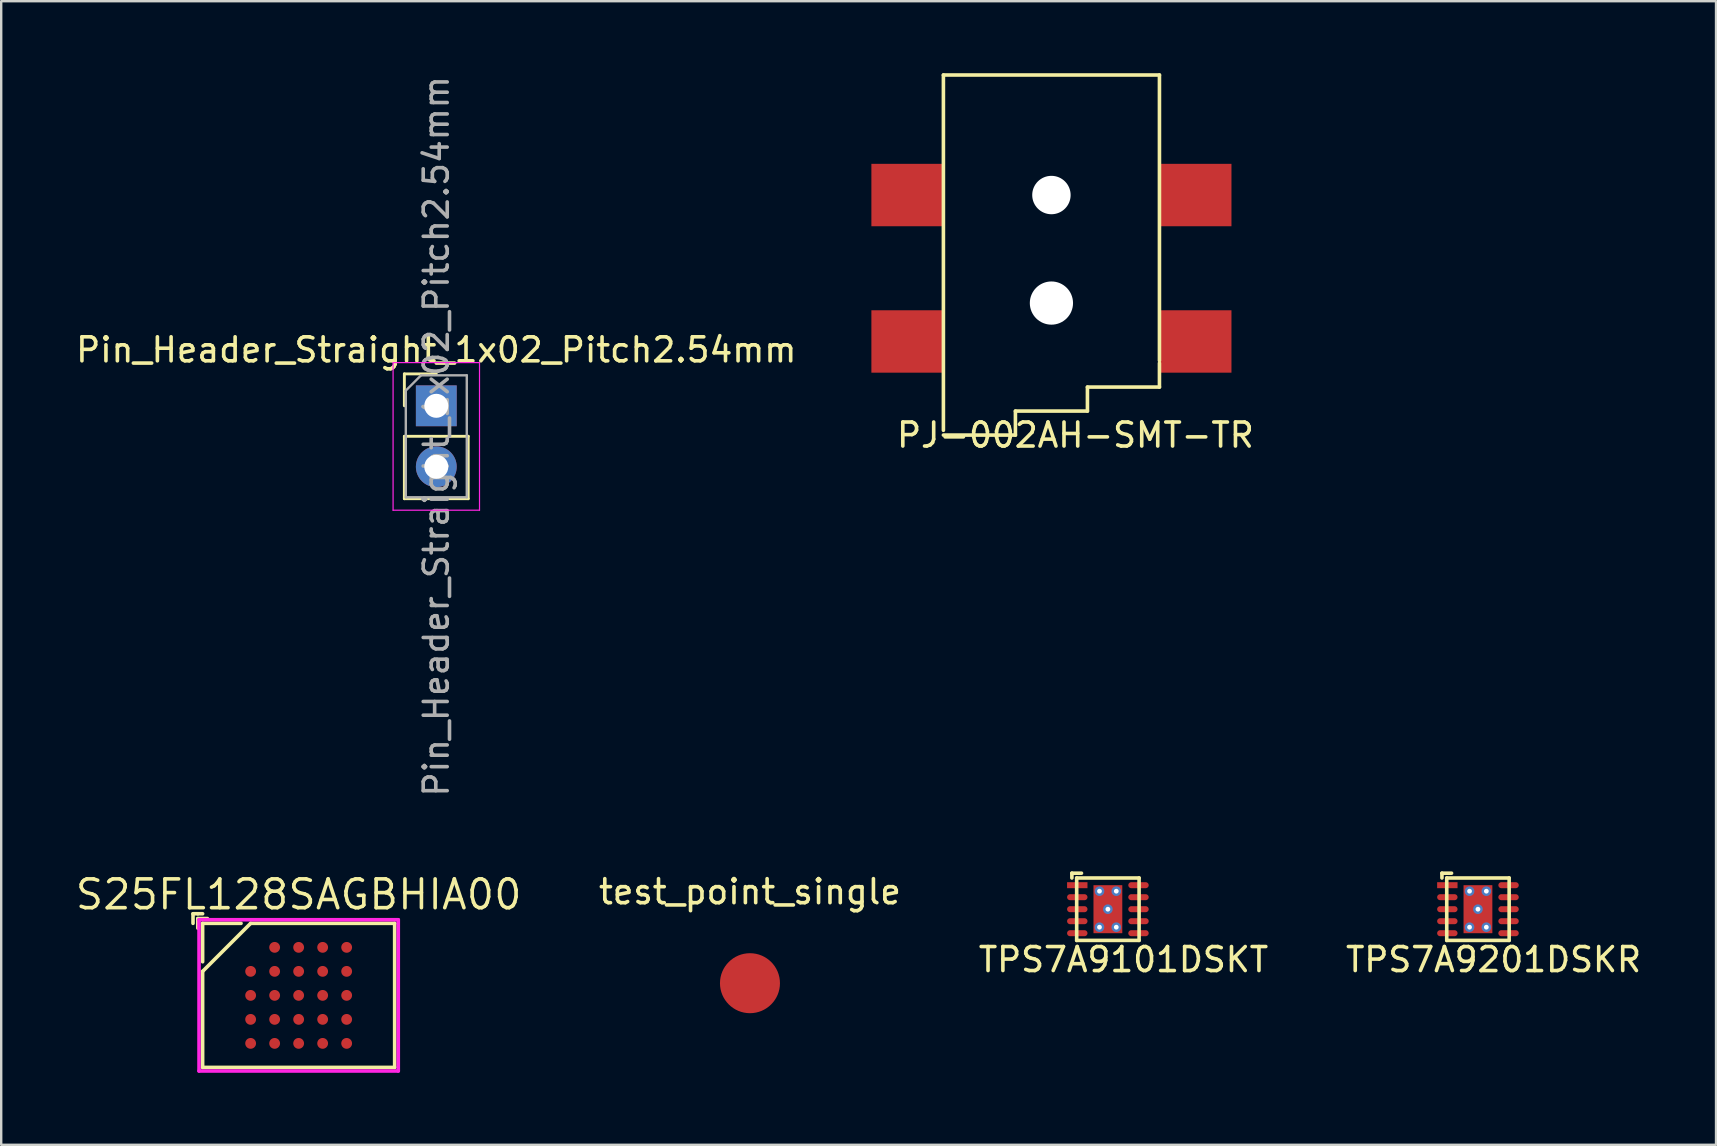
<source format=kicad_pcb>
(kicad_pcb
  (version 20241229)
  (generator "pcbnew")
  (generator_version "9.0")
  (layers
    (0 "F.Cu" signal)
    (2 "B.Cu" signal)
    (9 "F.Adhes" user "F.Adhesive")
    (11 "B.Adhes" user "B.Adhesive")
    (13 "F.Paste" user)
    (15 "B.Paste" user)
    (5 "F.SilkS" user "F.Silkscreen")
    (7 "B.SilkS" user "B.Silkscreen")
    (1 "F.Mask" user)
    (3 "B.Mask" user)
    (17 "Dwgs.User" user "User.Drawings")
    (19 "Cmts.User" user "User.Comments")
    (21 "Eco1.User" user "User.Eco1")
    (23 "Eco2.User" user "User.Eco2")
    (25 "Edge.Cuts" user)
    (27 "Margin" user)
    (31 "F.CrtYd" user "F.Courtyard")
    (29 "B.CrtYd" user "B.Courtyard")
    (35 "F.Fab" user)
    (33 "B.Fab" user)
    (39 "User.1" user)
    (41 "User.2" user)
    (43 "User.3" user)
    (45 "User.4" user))
  (footprint "TPS7A9201DSKR"
    (layer "F.Cu")
    (at 58.518 34.825)
    (property "Reference" "TPS7A9201DSKR" (at 0.65 2.1 0) (layer "F.SilkS") (effects (font (size 1 1) (thickness 0.15))))
    (attr through_hole)
    (fp_line (start -1.5 -1.5) (end -1.5 -1.3) (stroke (width 0.15) (type solid)) (layer "F.SilkS"))
    (fp_line (start -1.3 -1.3) (end -1.3 1.3) (stroke (width 0.15) (type solid)) (layer "F.SilkS"))
    (fp_line (start -1.3 -1.3) (end 1.3 -1.3) (stroke (width 0.15) (type solid)) (layer "F.SilkS"))
    (fp_line (start -1.3 1.3) (end 1.3 1.3) (stroke (width 0.15) (type solid)) (layer "F.SilkS"))
    (fp_line (start -1.1 -1.5) (end -1.5 -1.5) (stroke (width 0.15) (type solid)) (layer "F.SilkS"))
    (fp_line (start 1.3 -1.3) (end 1.3 1.3) (stroke (width 0.15) (type solid)) (layer "F.SilkS"))
    (pad "1" smd rect (at -1.275 -1) (size 0.85 0.25) (layers "F.Cu" "F.Mask" "F.Paste"))
    (pad "2" smd oval (at -1.275 -0.5) (size 0.85 0.25) (layers "F.Cu" "F.Mask" "F.Paste"))
    (pad "3" smd oval (at -1.275 0) (size 0.85 0.25) (layers "F.Cu" "F.Mask" "F.Paste"))
    (pad "4" smd oval (at -1.275 0.5) (size 0.85 0.25) (layers "F.Cu" "F.Mask" "F.Paste"))
    (pad "5" smd oval (at -1.275 1) (size 0.85 0.25) (layers "F.Cu" "F.Mask" "F.Paste"))
    (pad "6" smd oval (at 1.275 1) (size 0.85 0.25) (layers "F.Cu" "F.Mask" "F.Paste"))
    (pad "7" smd oval (at 1.275 0.5) (size 0.85 0.25) (layers "F.Cu" "F.Mask" "F.Paste"))
    (pad "8" smd oval (at 1.275 0) (size 0.85 0.25) (layers "F.Cu" "F.Mask" "F.Paste"))
    (pad "9" smd oval (at 1.275 -0.5) (size 0.85 0.25) (layers "F.Cu" "F.Mask" "F.Paste"))
    (pad "10" smd oval (at 1.275 -1) (size 0.85 0.25) (layers "F.Cu" "F.Mask" "F.Paste"))
    (pad "11" thru_hole circle (at -0.35 -0.75) (size 0.4 0.4) (drill 0.2) (layers "*.Cu" "*.Mask"))
    (pad "11" thru_hole circle (at -0.35 0.75 180) (size 0.4 0.4) (drill 0.2) (layers "*.Cu" "*.Mask"))
    (pad "11" thru_hole circle (at 0 0) (size 0.4 0.4) (drill 0.2) (layers "*.Cu" "*.Mask"))
    (pad "11" smd rect (at 0 0) (size 1.2 2) (layers "F.Cu" "F.Mask" "F.Paste"))
    (pad "11" thru_hole circle (at 0.35 -0.75) (size 0.4 0.4) (drill 0.2) (layers "*.Cu" "*.Mask"))
    (pad "11" thru_hole circle (at 0.35 0.75) (size 0.4 0.4) (drill 0.2) (layers "*.Cu" "*.Mask")))
  (footprint "test_point_single"
    (layer "F.Cu")
    (at 28.192 37.908)
    (property "Reference" "test_point_single" (at 0 -3.81 0) (layer "F.SilkS") (effects (font (size 1 1) (thickness 0.15))))
    (attr through_hole)
    (pad "1" smd circle (at 0 0) (size 2.499 2.499) (layers "F.Cu" "F.Mask" "F.Paste")))
  (footprint "Pin_Header_Straight_1x02_Pitch2.54mm"
    (layer "F.Cu")
    (at 15.125 13.855)
    (property "Reference" "Pin_Header_Straight_1x02_Pitch2.54mm" (at 0 -2.33 0) (layer "F.SilkS") (effects (font (size 1 1) (thickness 0.15))))
    (attr through_hole)
    (fp_line (start -1.33 -1.33) (end 0 -1.33) (stroke (width 0.12) (type solid)) (layer "F.SilkS"))
    (fp_line (start -1.33 0) (end -1.33 -1.33) (stroke (width 0.12) (type solid)) (layer "F.SilkS"))
    (fp_line (start -1.33 1.27) (end -1.33 3.87) (stroke (width 0.12) (type solid)) (layer "F.SilkS"))
    (fp_line (start -1.33 1.27) (end 1.33 1.27) (stroke (width 0.12) (type solid)) (layer "F.SilkS"))
    (fp_line (start -1.33 3.87) (end 1.33 3.87) (stroke (width 0.12) (type solid)) (layer "F.SilkS"))
    (fp_line (start 1.33 1.27) (end 1.33 3.87) (stroke (width 0.12) (type solid)) (layer "F.SilkS"))
    (fp_line (start -1.8 -1.8) (end -1.8 4.35) (stroke (width 0.05) (type solid)) (layer "F.CrtYd"))
    (fp_line (start -1.8 4.35) (end 1.8 4.35) (stroke (width 0.05) (type solid)) (layer "F.CrtYd"))
    (fp_line (start 1.8 -1.8) (end -1.8 -1.8) (stroke (width 0.05) (type solid)) (layer "F.CrtYd"))
    (fp_line (start 1.8 4.35) (end 1.8 -1.8) (stroke (width 0.05) (type solid)) (layer "F.CrtYd"))
    (fp_line (start -1.27 -0.635) (end -0.635 -1.27) (stroke (width 0.1) (type solid)) (layer "F.Fab"))
    (fp_line (start -1.27 3.81) (end -1.27 -0.635) (stroke (width 0.1) (type solid)) (layer "F.Fab"))
    (fp_line (start -0.635 -1.27) (end 1.27 -1.27) (stroke (width 0.1) (type solid)) (layer "F.Fab"))
    (fp_line (start 1.27 -1.27) (end 1.27 3.81) (stroke (width 0.1) (type solid)) (layer "F.Fab"))
    (fp_line (start 1.27 3.81) (end -1.27 3.81) (stroke (width 0.1) (type solid)) (layer "F.Fab"))
    (fp_text user "${REFERENCE}" (at 0 1.27 90) (layer "F.Fab") (effects (font (size 1 1) (thickness 0.15))))
    (pad "1" thru_hole rect (at 0 0) (size 1.7 1.7) (drill 1) (layers "*.Cu" "*.Mask"))
    (pad "2" thru_hole oval (at 0 2.54) (size 1.7 1.7) (drill 1) (layers "*.Cu" "*.Mask")))
  (footprint "TPS7A9101DSKT"
    (layer "F.Cu")
    (at 43.102 34.825)
    (property "Reference" "TPS7A9101DSKT" (at 0.65 2.1 0) (layer "F.SilkS") (effects (font (size 1 1) (thickness 0.15))))
    (attr through_hole)
    (fp_line (start -1.5 -1.5) (end -1.5 -1.3) (stroke (width 0.15) (type solid)) (layer "F.SilkS"))
    (fp_line (start -1.3 -1.3) (end -1.3 1.3) (stroke (width 0.15) (type solid)) (layer "F.SilkS"))
    (fp_line (start -1.3 -1.3) (end 1.3 -1.3) (stroke (width 0.15) (type solid)) (layer "F.SilkS"))
    (fp_line (start -1.3 1.3) (end 1.3 1.3) (stroke (width 0.15) (type solid)) (layer "F.SilkS"))
    (fp_line (start -1.1 -1.5) (end -1.5 -1.5) (stroke (width 0.15) (type solid)) (layer "F.SilkS"))
    (fp_line (start 1.3 -1.3) (end 1.3 1.3) (stroke (width 0.15) (type solid)) (layer "F.SilkS"))
    (pad "1" smd rect (at -1.275 -1) (size 0.85 0.25) (layers "F.Cu" "F.Mask" "F.Paste"))
    (pad "2" smd oval (at -1.275 -0.5) (size 0.85 0.25) (layers "F.Cu" "F.Mask" "F.Paste"))
    (pad "3" smd oval (at -1.275 0) (size 0.85 0.25) (layers "F.Cu" "F.Mask" "F.Paste"))
    (pad "4" smd oval (at -1.275 0.5) (size 0.85 0.25) (layers "F.Cu" "F.Mask" "F.Paste"))
    (pad "5" smd oval (at -1.275 1) (size 0.85 0.25) (layers "F.Cu" "F.Mask" "F.Paste"))
    (pad "6" smd oval (at 1.275 1) (size 0.85 0.25) (layers "F.Cu" "F.Mask" "F.Paste"))
    (pad "7" smd oval (at 1.275 0.5) (size 0.85 0.25) (layers "F.Cu" "F.Mask" "F.Paste"))
    (pad "8" smd oval (at 1.275 0) (size 0.85 0.25) (layers "F.Cu" "F.Mask" "F.Paste"))
    (pad "9" smd oval (at 1.275 -0.5) (size 0.85 0.25) (layers "F.Cu" "F.Mask" "F.Paste"))
    (pad "10" smd oval (at 1.275 -1) (size 0.85 0.25) (layers "F.Cu" "F.Mask" "F.Paste"))
    (pad "11" thru_hole circle (at -0.35 -0.75) (size 0.4 0.4) (drill 0.2) (layers "*.Cu" "*.Mask"))
    (pad "11" thru_hole circle (at -0.35 0.75 180) (size 0.4 0.4) (drill 0.2) (layers "*.Cu" "*.Mask"))
    (pad "11" thru_hole circle (at 0 0) (size 0.4 0.4) (drill 0.2) (layers "*.Cu" "*.Mask"))
    (pad "11" smd rect (at 0 0) (size 1.2 2) (layers "F.Cu" "F.Mask" "F.Paste"))
    (pad "11" thru_hole circle (at 0.35 -0.75) (size 0.4 0.4) (drill 0.2) (layers "*.Cu" "*.Mask"))
    (pad "11" thru_hole circle (at 0.35 0.75) (size 0.4 0.4) (drill 0.2) (layers "*.Cu" "*.Mask")))
  (footprint "S25FL128SAGBHIA00"
    (layer "F.Cu")
    (at 9.391 38.415)
    (property "Reference" "S25FL128SAGBHIA00" (at 0 -4.2 0) (layer "F.SilkS") (effects (font (size 1.2 1.2) (thickness 0.15))))
    (attr through_hole)
    (fp_line (start -4.4 -3.4) (end -4.2 -3.4) (stroke (width 0.15) (type solid)) (layer "F.SilkS"))
    (fp_line (start -4.4 -3) (end -4.4 -3.4) (stroke (width 0.15) (type solid)) (layer "F.SilkS"))
    (fp_line (start -4.2 -3.4) (end -4 -3.4) (stroke (width 0.15) (type solid)) (layer "F.SilkS"))
    (fp_line (start -4.2 -3.2) (end -3.8 -3.2) (stroke (width 0.15) (type solid)) (layer "F.SilkS"))
    (fp_line (start -4.2 -2.8) (end -4.2 -3.2) (stroke (width 0.15) (type solid)) (layer "F.SilkS"))
    (fp_line (start -4 -3) (end -2.4 -3) (stroke (width 0.15) (type solid)) (layer "F.SilkS"))
    (fp_line (start -4 -1.4) (end -4 -3) (stroke (width 0.15) (type solid)) (layer "F.SilkS"))
    (fp_line (start -4 -1) (end -4 3) (stroke (width 0.15) (type solid)) (layer "F.SilkS"))
    (fp_line (start -4 3) (end 4 3) (stroke (width 0.15) (type solid)) (layer "F.SilkS"))
    (fp_line (start -2 -3) (end -4 -1) (stroke (width 0.15) (type solid)) (layer "F.SilkS"))
    (fp_line (start 4 -3) (end -2 -3) (stroke (width 0.15) (type solid)) (layer "F.SilkS"))
    (fp_line (start 4 3) (end 4 -3) (stroke (width 0.15) (type solid)) (layer "F.SilkS"))
    (fp_line (start -4.15 -3.15) (end 4.15 -3.15) (stroke (width 0.15) (type solid)) (layer "F.CrtYd"))
    (fp_line (start -4.15 3.15) (end -4.15 -3.15) (stroke (width 0.15) (type solid)) (layer "F.CrtYd"))
    (fp_line (start 4.15 -3.15) (end 4.15 3.15) (stroke (width 0.15) (type solid)) (layer "F.CrtYd"))
    (fp_line (start 4.15 3.15) (end -4.15 3.15) (stroke (width 0.15) (type solid)) (layer "F.CrtYd"))
    (pad "A2" smd circle (at -1 -2) (size 0.45 0.45) (layers "F.Cu" "F.Mask" "F.Paste"))
    (pad "A3" smd circle (at 0 -2) (size 0.45 0.45) (layers "F.Cu" "F.Mask" "F.Paste"))
    (pad "A4" smd circle (at 1 -2) (size 0.45 0.45) (layers "F.Cu" "F.Mask" "F.Paste"))
    (pad "A5" smd circle (at 2 -2) (size 0.45 0.45) (layers "F.Cu" "F.Mask" "F.Paste"))
    (pad "B1" smd circle (at -2 -1) (size 0.45 0.45) (layers "F.Cu" "F.Mask" "F.Paste"))
    (pad "B2" smd circle (at -1 -1) (size 0.45 0.45) (layers "F.Cu" "F.Mask" "F.Paste"))
    (pad "B3" smd circle (at 0 -1) (size 0.45 0.45) (layers "F.Cu" "F.Mask" "F.Paste"))
    (pad "B4" smd circle (at 1 -1) (size 0.45 0.45) (layers "F.Cu" "F.Mask" "F.Paste"))
    (pad "B5" smd circle (at 2 -1) (size 0.45 0.45) (layers "F.Cu" "F.Mask" "F.Paste"))
    (pad "C1" smd circle (at -2 0) (size 0.45 0.45) (layers "F.Cu" "F.Mask" "F.Paste"))
    (pad "C2" smd circle (at -1 0) (size 0.45 0.45) (layers "F.Cu" "F.Mask" "F.Paste"))
    (pad "C3" smd circle (at 0 0) (size 0.45 0.45) (layers "F.Cu" "F.Mask" "F.Paste"))
    (pad "C4" smd circle (at 1 0) (size 0.45 0.45) (layers "F.Cu" "F.Mask" "F.Paste"))
    (pad "C5" smd circle (at 2 0) (size 0.45 0.45) (layers "F.Cu" "F.Mask" "F.Paste"))
    (pad "D1" smd circle (at -2 1) (size 0.45 0.45) (layers "F.Cu" "F.Mask" "F.Paste"))
    (pad "D2" smd circle (at -1 1) (size 0.45 0.45) (layers "F.Cu" "F.Mask" "F.Paste"))
    (pad "D3" smd circle (at 0 1) (size 0.45 0.45) (layers "F.Cu" "F.Mask" "F.Paste"))
    (pad "D4" smd circle (at 1 1) (size 0.45 0.45) (layers "F.Cu" "F.Mask" "F.Paste"))
    (pad "D5" smd circle (at 2 1) (size 0.45 0.45) (layers "F.Cu" "F.Mask" "F.Paste"))
    (pad "E1" smd circle (at -2 2) (size 0.45 0.45) (layers "F.Cu" "F.Mask" "F.Paste"))
    (pad "E2" smd circle (at -1 2) (size 0.45 0.45) (layers "F.Cu" "F.Mask" "F.Paste"))
    (pad "E3" smd circle (at 0 2) (size 0.45 0.45) (layers "F.Cu" "F.Mask" "F.Paste"))
    (pad "E4" smd circle (at 1 2) (size 0.45 0.45) (layers "F.Cu" "F.Mask" "F.Paste"))
    (pad "E5" smd circle (at 2 2) (size 0.45 0.45) (layers "F.Cu" "F.Mask" "F.Paste")))
  (footprint "PJ-002AH-SMT-TR"
    (layer "F.Cu")
    (at 40.65 7.075)
    (property "Reference" "PJ-002AH-SMT-TR" (at 1.1 8 0) (layer "F.SilkS") (effects (font (size 1 1) (thickness 0.15))))
    (attr through_hole)
    (fp_line (start -4.4 -7) (end -4.4 7.8) (stroke (width 0.15) (type solid)) (layer "F.SilkS"))
    (fp_line (start -4.4 -7) (end 4.6 -7) (stroke (width 0.15) (type solid)) (layer "F.SilkS"))
    (fp_line (start -4.4 8) (end -1.4 8) (stroke (width 0.15) (type solid)) (layer "F.SilkS"))
    (fp_line (start -1.4 7) (end 1.6 7) (stroke (width 0.15) (type solid)) (layer "F.SilkS"))
    (fp_line (start -1.4 8) (end -1.4 7) (stroke (width 0.15) (type solid)) (layer "F.SilkS"))
    (fp_line (start 1.6 6) (end 4.6 6) (stroke (width 0.15) (type solid)) (layer "F.SilkS"))
    (fp_line (start 1.6 7) (end 1.6 6) (stroke (width 0.15) (type solid)) (layer "F.SilkS"))
    (fp_line (start 4.6 -7) (end 4.6 4.9) (stroke (width 0.15) (type solid)) (layer "F.SilkS"))
    (fp_line (start 4.6 6) (end 4.6 5) (stroke (width 0.15) (type solid)) (layer "F.SilkS"))
    (pad "" np_thru_hole circle (at 0.1 -2) (size 1.6 1.6) (drill 1.6) (layers "*.Cu" "*.Mask"))
    (pad "" np_thru_hole circle (at 0.1 2.5) (size 1.8 1.8) (drill 1.8) (layers "*.Cu" "*.Mask"))
    (pad "1" smd rect (at 6.1 -2) (size 3 2.6) (layers "F.Cu" "F.Mask" "F.Paste"))
    (pad "1" smd rect (at 6.1 4.1) (size 3 2.6) (layers "F.Cu" "F.Mask" "F.Paste"))
    (pad "2" smd rect (at -5.9 -2) (size 3 2.6) (layers "F.Cu" "F.Mask" "F.Paste"))
    (pad "3" smd rect (at -5.9 4.1) (size 3 2.6) (layers "F.Cu" "F.Mask" "F.Paste")))
  (gr_rect
    (start -3 -3)
    (end 68.436 44.64)
    (stroke (width 0.1) (type default))
    (fill no)
    (layer "Edge.Cuts")))
</source>
